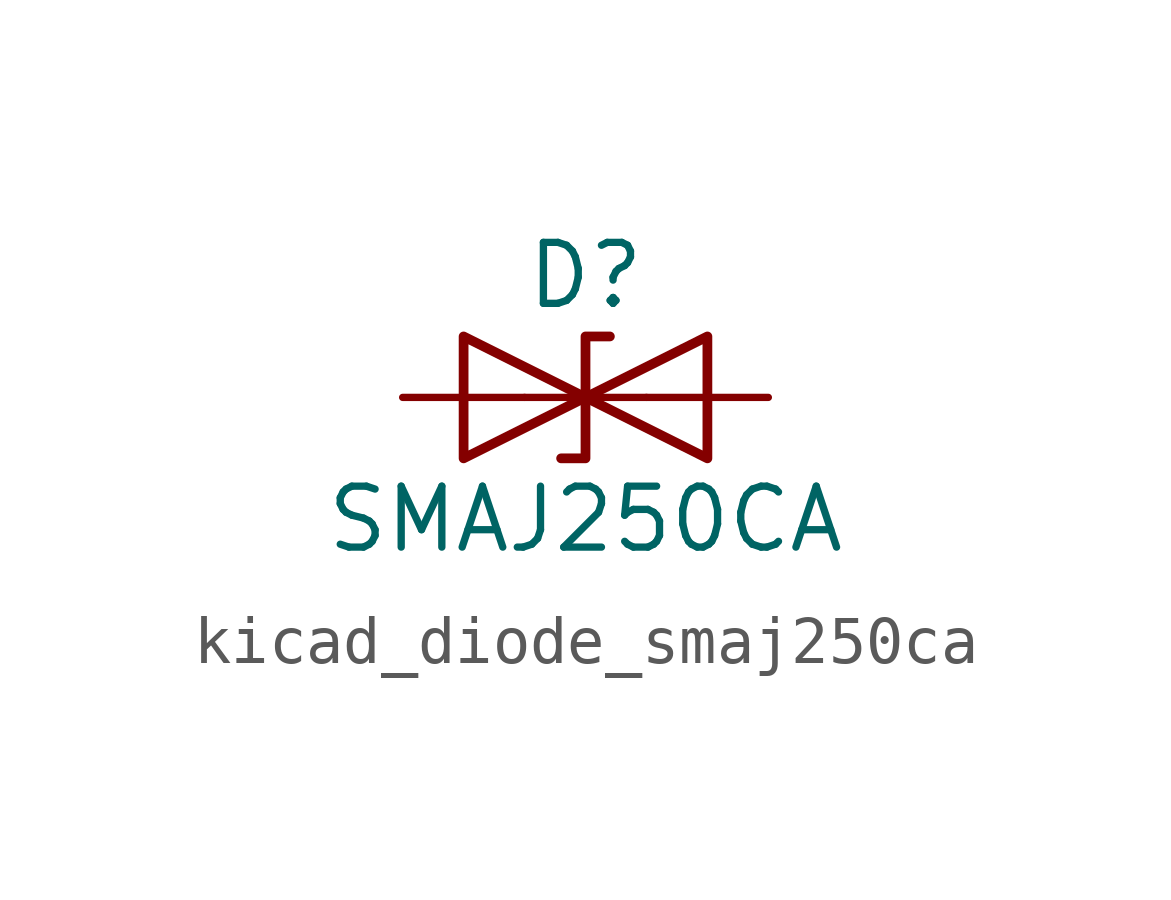
<source format=kicad_sym>
(kicad_symbol_lib
  (version 20220914)
  (generator kicad_symbol_editor)
  (symbol "kicad_diode_smaj250ca"
    (pin_numbers hide)
    (pin_names
      (offset 1.016) hide)
    (property "Reference" "D"
      (at 0 2.54 0)
      (effects (font (size 1.27 1.27))))
    (property "Value" "SMAJ250CA"
      (at 0 -2.54 0)
      (effects (font (size 1.27 1.27))))
    (symbol "kicad_diode_smaj250ca_0_1"
      (polyline (pts (xy 1.27 0) (xy -1.27 0)) (stroke (width 0) (type default)) (fill (type none)))
      (polyline (pts (xy -2.54 -1.27) (xy 0 0) (xy -2.54 1.27) (xy -2.54 -1.27)) (stroke (width 0.203) (type default)) (fill (type none)))
      (polyline (pts (xy 0.508 1.27) (xy 0 1.27) (xy 0 -1.27) (xy -0.508 -1.27)) (stroke (width 0.203) (type default)) (fill (type none)))
      (polyline (pts (xy 2.54 1.27) (xy 2.54 -1.27) (xy 0 0) (xy 2.54 1.27)) (stroke (width 0.203) (type default)) (fill (type none))))
    (symbol "kicad_diode_smaj250ca_1_1"
      (pin passive line (at -3.81 0 0) (length 2.54) (name "A1" (effects (font (size 1.27 1.27)))) (number "1" (effects (font (size 1.27 1.27)))))
      (pin passive line (at 3.81 0 180) (length 2.54) (name "A2" (effects (font (size 1.27 1.27)))) (number "2" (effects (font (size 1.27 1.27))))))))
</source>
